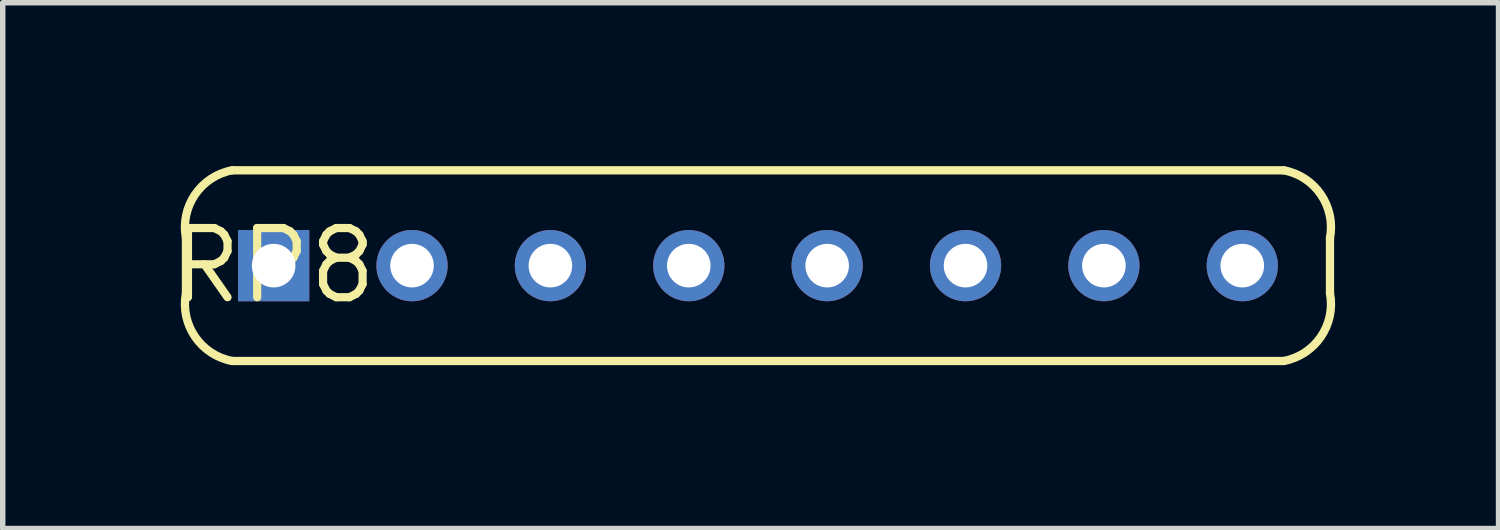
<source format=kicad_pcb>
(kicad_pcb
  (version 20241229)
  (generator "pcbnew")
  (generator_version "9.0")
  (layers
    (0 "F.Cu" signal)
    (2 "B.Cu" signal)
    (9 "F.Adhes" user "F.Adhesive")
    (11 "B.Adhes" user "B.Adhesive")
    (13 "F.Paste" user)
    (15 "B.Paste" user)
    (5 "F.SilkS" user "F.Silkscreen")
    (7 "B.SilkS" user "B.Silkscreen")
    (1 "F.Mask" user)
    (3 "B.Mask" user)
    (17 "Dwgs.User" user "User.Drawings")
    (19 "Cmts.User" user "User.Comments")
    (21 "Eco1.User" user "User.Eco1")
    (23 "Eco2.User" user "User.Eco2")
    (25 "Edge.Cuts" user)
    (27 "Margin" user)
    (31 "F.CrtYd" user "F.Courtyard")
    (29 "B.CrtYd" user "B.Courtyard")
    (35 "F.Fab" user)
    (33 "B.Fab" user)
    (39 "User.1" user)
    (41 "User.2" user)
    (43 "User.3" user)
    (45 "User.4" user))
  (footprint "RP8"
    (layer "F.Cu")
    (at 1.973 1.826)
    (property "Reference" "RP8" (at 0 0 0) (layer "F.SilkS") (effects (font (size 1.27 1.27) (thickness 0.15))))
    (attr through_hole)
    (fp_line (start -1.61 -0.508) (end -1.61 0.508) (stroke (width 0.152) (type solid)) (layer "F.SilkS"))
    (fp_line (start -0.762 1.75) (end 18.542 1.75) (stroke (width 0.152) (type solid)) (layer "F.SilkS"))
    (fp_line (start 18.542 -1.75) (end -0.762 -1.75) (stroke (width 0.152) (type solid)) (layer "F.SilkS"))
    (fp_line (start 19.39 -0.508) (end 19.39 0.508) (stroke (width 0.152) (type solid)) (layer "F.SilkS"))
    (fp_arc (start -1.61 -0.508) (mid -1.443226 -1.304627) (end -0.761999 -1.750001) (stroke (width 0.1524) (type solid)) (layer "F.SilkS"))
    (fp_arc (start -0.761999 1.750001) (mid -1.443226 1.304627) (end -1.61 0.508) (stroke (width 0.1524) (type solid)) (layer "F.SilkS"))
    (fp_arc (start 18.542 -1.75) (mid 19.223227 -1.304627) (end 19.39 -0.508) (stroke (width 0.1524) (type solid)) (layer "F.SilkS"))
    (fp_arc (start 19.39 0.508) (mid 19.223227 1.304627) (end 18.542 1.75) (stroke (width 0.1524) (type solid)) (layer "F.SilkS"))
    (pad "1" thru_hole rect (at 0 0 270) (size 1.308 1.308) (drill 0.8) (layers "*.Cu" "*.Mask"))
    (pad "2" thru_hole circle (at 2.54 0 270) (size 1.308 1.308) (drill 0.8) (layers "*.Cu" "*.Mask"))
    (pad "3" thru_hole circle (at 5.08 0 270) (size 1.308 1.308) (drill 0.8) (layers "*.Cu" "*.Mask"))
    (pad "4" thru_hole circle (at 7.62 0 270) (size 1.308 1.308) (drill 0.8) (layers "*.Cu" "*.Mask"))
    (pad "5" thru_hole circle (at 10.16 0 270) (size 1.308 1.308) (drill 0.8) (layers "*.Cu" "*.Mask"))
    (pad "6" thru_hole circle (at 12.7 0 270) (size 1.308 1.308) (drill 0.8) (layers "*.Cu" "*.Mask"))
    (pad "7" thru_hole circle (at 15.24 0 270) (size 1.308 1.308) (drill 0.8) (layers "*.Cu" "*.Mask"))
    (pad "8" thru_hole circle (at 17.78 0 270) (size 1.308 1.308) (drill 0.8) (layers "*.Cu" "*.Mask")))
  (gr_rect
    (start -3 -3)
    (end 24.457 6.652)
    (stroke (width 0.1) (type default))
    (fill no)
    (layer "Edge.Cuts")))
</source>
